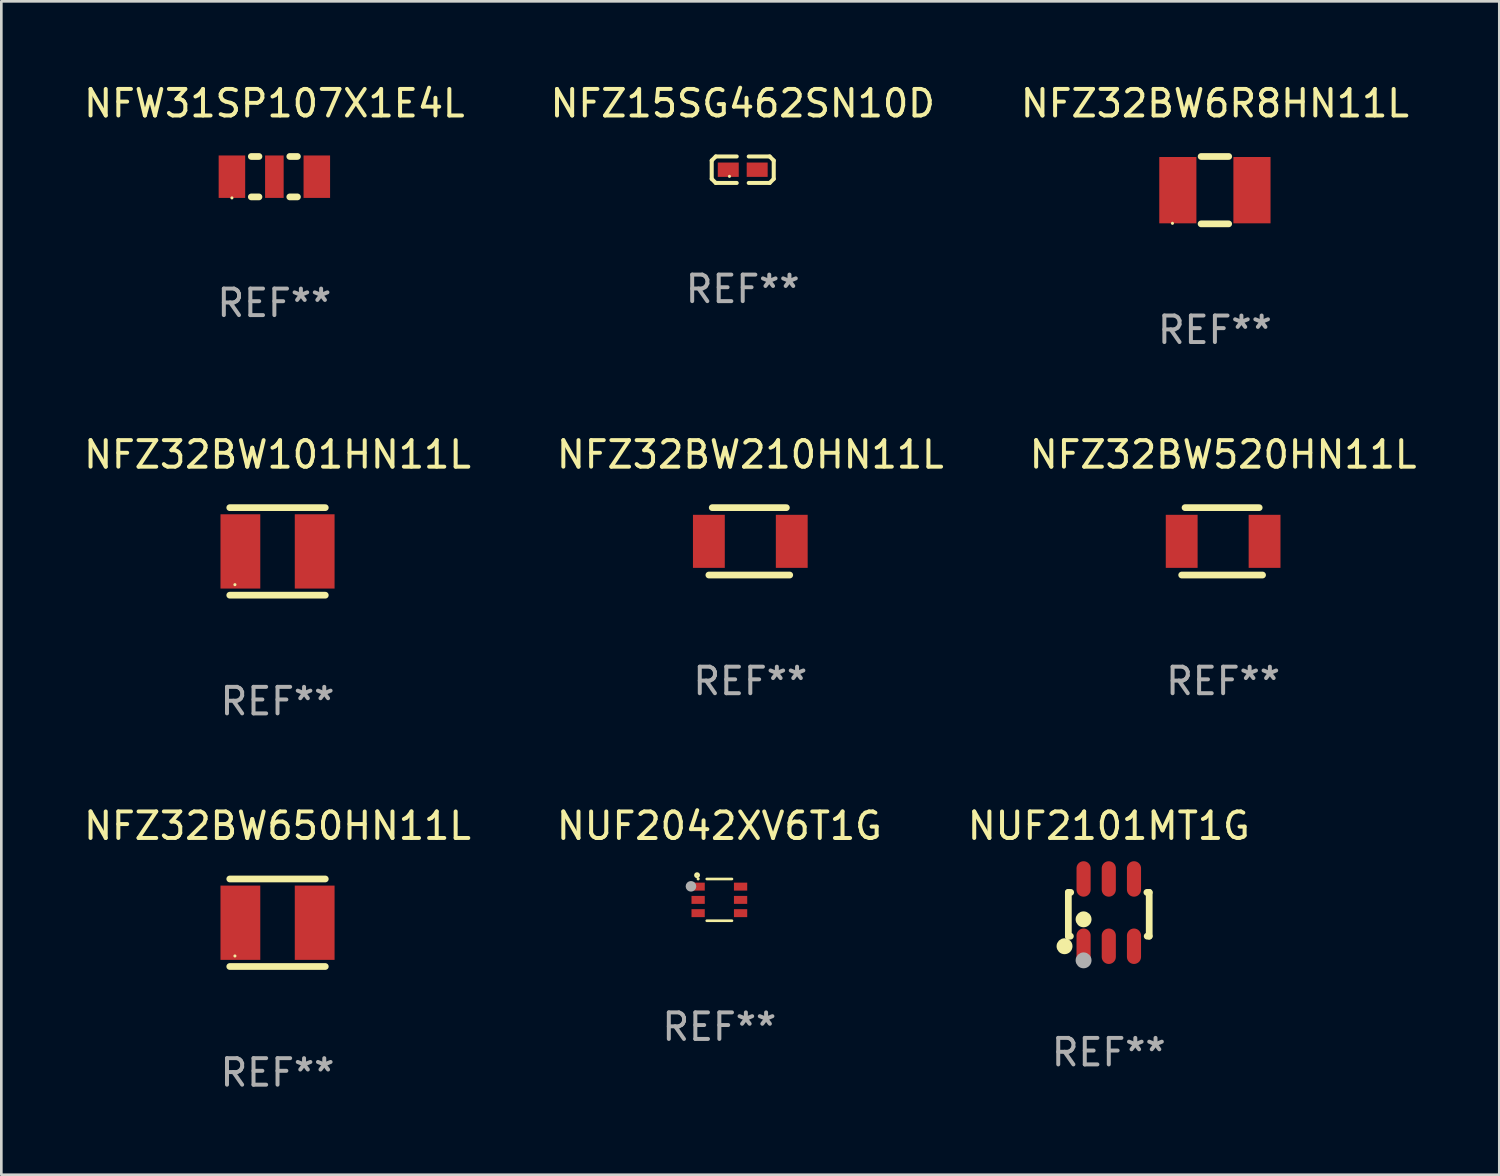
<source format=kicad_pcb>
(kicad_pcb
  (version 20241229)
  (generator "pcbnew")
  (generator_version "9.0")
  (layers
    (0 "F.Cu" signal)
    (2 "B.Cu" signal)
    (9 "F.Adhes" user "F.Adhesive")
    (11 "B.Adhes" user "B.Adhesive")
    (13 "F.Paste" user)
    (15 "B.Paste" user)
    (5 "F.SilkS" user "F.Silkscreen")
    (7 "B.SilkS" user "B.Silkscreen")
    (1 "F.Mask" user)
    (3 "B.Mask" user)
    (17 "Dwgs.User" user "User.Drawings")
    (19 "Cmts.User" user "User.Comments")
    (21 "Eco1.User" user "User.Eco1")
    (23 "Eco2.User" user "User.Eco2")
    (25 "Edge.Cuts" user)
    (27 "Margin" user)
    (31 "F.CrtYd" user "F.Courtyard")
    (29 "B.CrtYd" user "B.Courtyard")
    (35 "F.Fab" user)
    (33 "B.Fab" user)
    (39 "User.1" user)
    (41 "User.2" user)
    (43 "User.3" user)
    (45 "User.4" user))
  (footprint "NFZ32BW520HN11L"
    (layer "F.Cu")
    (at 43.054 17.355)
    (property "Reference" "NFZ32BW520HN11L" (at 0 -3.27 0) (layer "F.SilkS") (effects (font (size 1 1) (thickness 0.15))))
    (attr through_hole)
    (fp_line (start -1.562 1.27) (end 1.486 1.27) (stroke (width 0.254) (type solid)) (layer "F.SilkS"))
    (fp_line (start -1.435 -1.27) (end 1.359 -1.27) (stroke (width 0.254) (type solid)) (layer "F.SilkS"))
    (fp_circle (center -1.6 1.25) (end -1.57 1.25) (stroke (width 0.06) (type solid)) (fill no) (layer "F.SilkS"))
    (fp_text user "REF**" (at 0 5.27 0) (layer "F.Fab") (effects (font (size 1 1) (thickness 0.15))))
    (pad "1" smd rect (at -1.562 0 180) (size 1.2 2) (layers "F.Cu" "F.Mask" "F.Paste"))
    (pad "2" smd rect (at 1.562 0 180) (size 1.2 2) (layers "F.Cu" "F.Mask" "F.Paste")))
  (footprint "NUF2101MT1G"
    (layer "F.Cu")
    (at 38.744 31.349)
    (property "Reference" "NUF2101MT1G" (at 0 -3.268 0) (layer "F.SilkS") (effects (font (size 1 1) (thickness 0.15))))
    (attr through_hole)
    (fp_line (start -1.524 -0.762) (end -1.524 0.889) (stroke (width 0.254) (type solid)) (layer "F.SilkS"))
    (fp_line (start -1.524 0.889) (end -1.447 0.889) (stroke (width 0.254) (type solid)) (layer "F.SilkS"))
    (fp_line (start -1.436 -0.762) (end -1.524 -0.762) (stroke (width 0.254) (type solid)) (layer "F.SilkS"))
    (fp_line (start 1.447 0.889) (end 1.524 0.889) (stroke (width 0.254) (type solid)) (layer "F.SilkS"))
    (fp_line (start 1.524 -0.762) (end 1.436 -0.762) (stroke (width 0.254) (type solid)) (layer "F.SilkS"))
    (fp_line (start 1.524 0.889) (end 1.524 -0.762) (stroke (width 0.254) (type solid)) (layer "F.SilkS"))
    (fp_circle (center -1.668 1.268) (end -1.518 1.268) (stroke (width 0.3) (type solid)) (fill no) (layer "F.SilkS"))
    (fp_circle (center -1.5 1.375) (end -1.47 1.375) (stroke (width 0.06) (type solid)) (fill no) (layer "F.SilkS"))
    (fp_circle (center -0.95 0.254) (end -0.8 0.254) (stroke (width 0.3) (type solid)) (fill no) (layer "F.SilkS"))
    (fp_circle (center -0.95 1.8) (end -0.8 1.8) (stroke (width 0.3) (type solid)) (fill no) (layer "F.Fab"))
    (fp_text user "REF**" (at 0 5.268 0) (layer "F.Fab") (effects (font (size 1 1) (thickness 0.15))))
    (pad "1" smd oval (at -0.95 1.268) (size 0.532 1.336) (layers "F.Cu" "F.Mask" "F.Paste"))
    (pad "2" smd oval (at 0 1.268) (size 0.532 1.336) (layers "F.Cu" "F.Mask" "F.Paste"))
    (pad "3" smd oval (at 0.95 1.268) (size 0.532 1.336) (layers "F.Cu" "F.Mask" "F.Paste"))
    (pad "4" smd oval (at 0.95 -1.268) (size 0.532 1.336) (layers "F.Cu" "F.Mask" "F.Paste"))
    (pad "5" smd oval (at 0 -1.268) (size 0.532 1.336) (layers "F.Cu" "F.Mask" "F.Paste"))
    (pad "6" smd oval (at -0.95 -1.268) (size 0.532 1.336) (layers "F.Cu" "F.Mask" "F.Paste")))
  (footprint "NFZ32BW6R8HN11L"
    (layer "F.Cu")
    (at 42.744 4.118)
    (property "Reference" "NFZ32BW6R8HN11L" (at 0 -3.27 0) (layer "F.SilkS") (effects (font (size 1 1) (thickness 0.15))))
    (attr through_hole)
    (fp_line (start -0.52 1.27) (end 0.519 1.27) (stroke (width 0.254) (type solid)) (layer "F.SilkS"))
    (fp_line (start -0.519 -1.27) (end 0.52 -1.27) (stroke (width 0.254) (type solid)) (layer "F.SilkS"))
    (fp_circle (center -1.6 1.25) (end -1.57 1.25) (stroke (width 0.06) (type solid)) (fill no) (layer "F.SilkS"))
    (fp_text user "REF**" (at 0 5.27 0) (layer "F.Fab") (effects (font (size 1 1) (thickness 0.15))))
    (pad "1" smd rect (at -1.397 0 90) (size 2.5 1.4) (layers "F.Cu" "F.Mask" "F.Paste"))
    (pad "2" smd rect (at 1.397 0 90) (size 2.5 1.4) (layers "F.Cu" "F.Mask" "F.Paste")))
  (footprint "NUF2042XV6T1G"
    (layer "F.Cu")
    (at 24.065 30.869)
    (property "Reference" "NUF2042XV6T1G" (at 0 -2.787 0) (layer "F.SilkS") (effects (font (size 1 1) (thickness 0.15))))
    (attr through_hole)
    (fp_line (start 0.475 -0.787) (end -0.475 -0.787) (stroke (width 0.1) (type solid)) (layer "F.SilkS"))
    (fp_line (start 0.475 0.787) (end -0.475 0.787) (stroke (width 0.1) (type solid)) (layer "F.SilkS"))
    (fp_circle (center -0.84 -0.93) (end -0.78 -0.93) (stroke (width 0.102) (type solid)) (fill no) (layer "F.SilkS"))
    (fp_circle (center -0.8 -0.79) (end -0.77 -0.79) (stroke (width 0.06) (type solid)) (fill no) (layer "F.SilkS"))
    (fp_circle (center -1.07 -0.51) (end -0.97 -0.51) (stroke (width 0.2) (type solid)) (fill no) (layer "F.Fab"))
    (fp_text user "REF**" (at 0 4.787 0) (layer "F.Fab") (effects (font (size 1 1) (thickness 0.15))))
    (pad "1" smd rect (at -0.8 -0.499 270) (size 0.3 0.5) (layers "F.Cu" "F.Mask" "F.Paste"))
    (pad "2" smd rect (at -0.8 0.001 270) (size 0.3 0.5) (layers "F.Cu" "F.Mask" "F.Paste"))
    (pad "3" smd rect (at -0.8 0.501 270) (size 0.3 0.5) (layers "F.Cu" "F.Mask" "F.Paste"))
    (pad "4" smd rect (at 0.8 0.501 270) (size 0.3 0.5) (layers "F.Cu" "F.Mask" "F.Paste"))
    (pad "5" smd rect (at 0.8 0.001 270) (size 0.3 0.5) (layers "F.Cu" "F.Mask" "F.Paste"))
    (pad "6" smd rect (at 0.8 -0.499 270) (size 0.3 0.5) (layers "F.Cu" "F.Mask" "F.Paste")))
  (footprint "NFZ32BW101HN11L"
    (layer "F.Cu")
    (at 7.411 17.735)
    (property "Reference" "NFZ32BW101HN11L" (at 0 -3.65 0) (layer "F.SilkS") (effects (font (size 1 1) (thickness 0.15))))
    (attr through_hole)
    (fp_line (start -1.8 -1.65) (end 1.8 -1.65) (stroke (width 0.254) (type solid)) (layer "F.SilkS"))
    (fp_line (start -1.8 1.65) (end 1.8 1.65) (stroke (width 0.254) (type solid)) (layer "F.SilkS"))
    (fp_circle (center -1.606 1.253) (end -1.576 1.253) (stroke (width 0.06) (type solid)) (fill no) (layer "F.SilkS"))
    (fp_text user "REF**" (at 0 5.65 0) (layer "F.Fab") (effects (font (size 1 1) (thickness 0.15))))
    (pad "1" smd rect (at -1.4 0 90) (size 2.8 1.5) (layers "F.Cu" "F.Mask" "F.Paste"))
    (pad "2" smd rect (at 1.4 0 90) (size 2.8 1.5) (layers "F.Cu" "F.Mask" "F.Paste")))
  (footprint "NFZ32BW210HN11L"
    (layer "F.Cu")
    (at 25.232 17.355)
    (property "Reference" "NFZ32BW210HN11L" (at 0 -3.27 0) (layer "F.SilkS") (effects (font (size 1 1) (thickness 0.15))))
    (attr through_hole)
    (fp_line (start -1.562 1.27) (end 1.486 1.27) (stroke (width 0.254) (type solid)) (layer "F.SilkS"))
    (fp_line (start -1.435 -1.27) (end 1.359 -1.27) (stroke (width 0.254) (type solid)) (layer "F.SilkS"))
    (fp_circle (center -1.6 1.25) (end -1.57 1.25) (stroke (width 0.06) (type solid)) (fill no) (layer "F.SilkS"))
    (fp_text user "REF**" (at 0 5.27 0) (layer "F.Fab") (effects (font (size 1 1) (thickness 0.15))))
    (pad "1" smd rect (at -1.562 0 180) (size 1.2 2) (layers "F.Cu" "F.Mask" "F.Paste"))
    (pad "2" smd rect (at 1.562 0 180) (size 1.2 2) (layers "F.Cu" "F.Mask" "F.Paste")))
  (footprint "NFZ32BW650HN11L"
    (layer "F.Cu")
    (at 7.411 31.731)
    (property "Reference" "NFZ32BW650HN11L" (at 0 -3.65 0) (layer "F.SilkS") (effects (font (size 1 1) (thickness 0.15))))
    (attr through_hole)
    (fp_line (start -1.8 -1.65) (end 1.8 -1.65) (stroke (width 0.254) (type solid)) (layer "F.SilkS"))
    (fp_line (start -1.8 1.65) (end 1.8 1.65) (stroke (width 0.254) (type solid)) (layer "F.SilkS"))
    (fp_circle (center -1.606 1.253) (end -1.576 1.253) (stroke (width 0.06) (type solid)) (fill no) (layer "F.SilkS"))
    (fp_text user "REF**" (at 0 5.65 0) (layer "F.Fab") (effects (font (size 1 1) (thickness 0.15))))
    (pad "1" smd rect (at -1.4 0 90) (size 2.8 1.5) (layers "F.Cu" "F.Mask" "F.Paste"))
    (pad "2" smd rect (at 1.4 0 90) (size 2.8 1.5) (layers "F.Cu" "F.Mask" "F.Paste")))
  (footprint "NFW31SP107X1E4L"
    (layer "F.Cu")
    (at 7.292 3.61)
    (property "Reference" "NFW31SP107X1E4L" (at 0 -2.762 0) (layer "F.SilkS") (effects (font (size 1 1) (thickness 0.15))))
    (attr through_hole)
    (fp_line (start -0.869 -0.762) (end -0.581 -0.762) (stroke (width 0.254) (type solid)) (layer "F.SilkS"))
    (fp_line (start -0.869 0.762) (end -0.581 0.762) (stroke (width 0.254) (type solid)) (layer "F.SilkS"))
    (fp_line (start 0.581 -0.762) (end 0.869 -0.762) (stroke (width 0.254) (type solid)) (layer "F.SilkS"))
    (fp_line (start 0.581 0.762) (end 0.869 0.762) (stroke (width 0.254) (type solid)) (layer "F.SilkS"))
    (fp_circle (center -1.6 0.8) (end -1.57 0.8) (stroke (width 0.06) (type solid)) (fill no) (layer "F.SilkS"))
    (fp_text user "REF**" (at 0 4.762 0) (layer "F.Fab") (effects (font (size 1 1) (thickness 0.15))))
    (pad "1" smd rect (at -1.6 0) (size 1 1.6) (layers "F.Cu" "F.Mask" "F.Paste"))
    (pad "2" smd rect (at -0.000127 0) (size 0.7 1.6) (layers "F.Cu" "F.Mask" "F.Paste"))
    (pad "3" smd rect (at 1.6 0) (size 1 1.6) (layers "F.Cu" "F.Mask" "F.Paste")))
  (footprint "NFZ15SG462SN10D"
    (layer "F.Cu")
    (at 24.946 3.347)
    (property "Reference" "NFZ15SG462SN10D" (at 0 -2.499 0) (layer "F.SilkS") (effects (font (size 1 1) (thickness 0.15))))
    (attr through_hole)
    (fp_line (start -1.169 -0.346) (end -1.016 -0.499) (stroke (width 0.152) (type solid)) (layer "F.SilkS"))
    (fp_line (start -1.169 0.346) (end -1.169 -0.346) (stroke (width 0.152) (type solid)) (layer "F.SilkS"))
    (fp_line (start -1.016 -0.499) (end -0.226 -0.499) (stroke (width 0.152) (type solid)) (layer "F.SilkS"))
    (fp_line (start -1.016 0.499) (end -1.169 0.346) (stroke (width 0.152) (type solid)) (layer "F.SilkS"))
    (fp_line (start -0.226 0.499) (end -1.016 0.499) (stroke (width 0.152) (type solid)) (layer "F.SilkS"))
    (fp_line (start 0.226 0.499) (end 1.016 0.499) (stroke (width 0.152) (type solid)) (layer "F.SilkS"))
    (fp_line (start 1.016 -0.499) (end 0.226 -0.499) (stroke (width 0.152) (type solid)) (layer "F.SilkS"))
    (fp_line (start 1.016 0.499) (end 1.169 0.346) (stroke (width 0.152) (type solid)) (layer "F.SilkS"))
    (fp_line (start 1.169 -0.346) (end 1.016 -0.499) (stroke (width 0.152) (type solid)) (layer "F.SilkS"))
    (fp_line (start 1.169 0.346) (end 1.169 -0.346) (stroke (width 0.152) (type solid)) (layer "F.SilkS"))
    (fp_circle (center -0.5 0.25) (end -0.47 0.25) (stroke (width 0.06) (type solid)) (fill no) (layer "F.SilkS"))
    (fp_text user "REF**" (at 0 4.499 0) (layer "F.Fab") (effects (font (size 1 1) (thickness 0.15))))
    (pad "1" smd rect (at -0.545 0) (size 0.79 0.54) (layers "F.Cu" "F.Mask" "F.Paste"))
    (pad "2" smd rect (at 0.545 0) (size 0.79 0.54) (layers "F.Cu" "F.Mask" "F.Paste")))
  (gr_rect
    (start -3 -3)
    (end 53.464 41.23)
    (stroke (width 0.1) (type default))
    (fill no)
    (layer "Edge.Cuts")))
</source>
